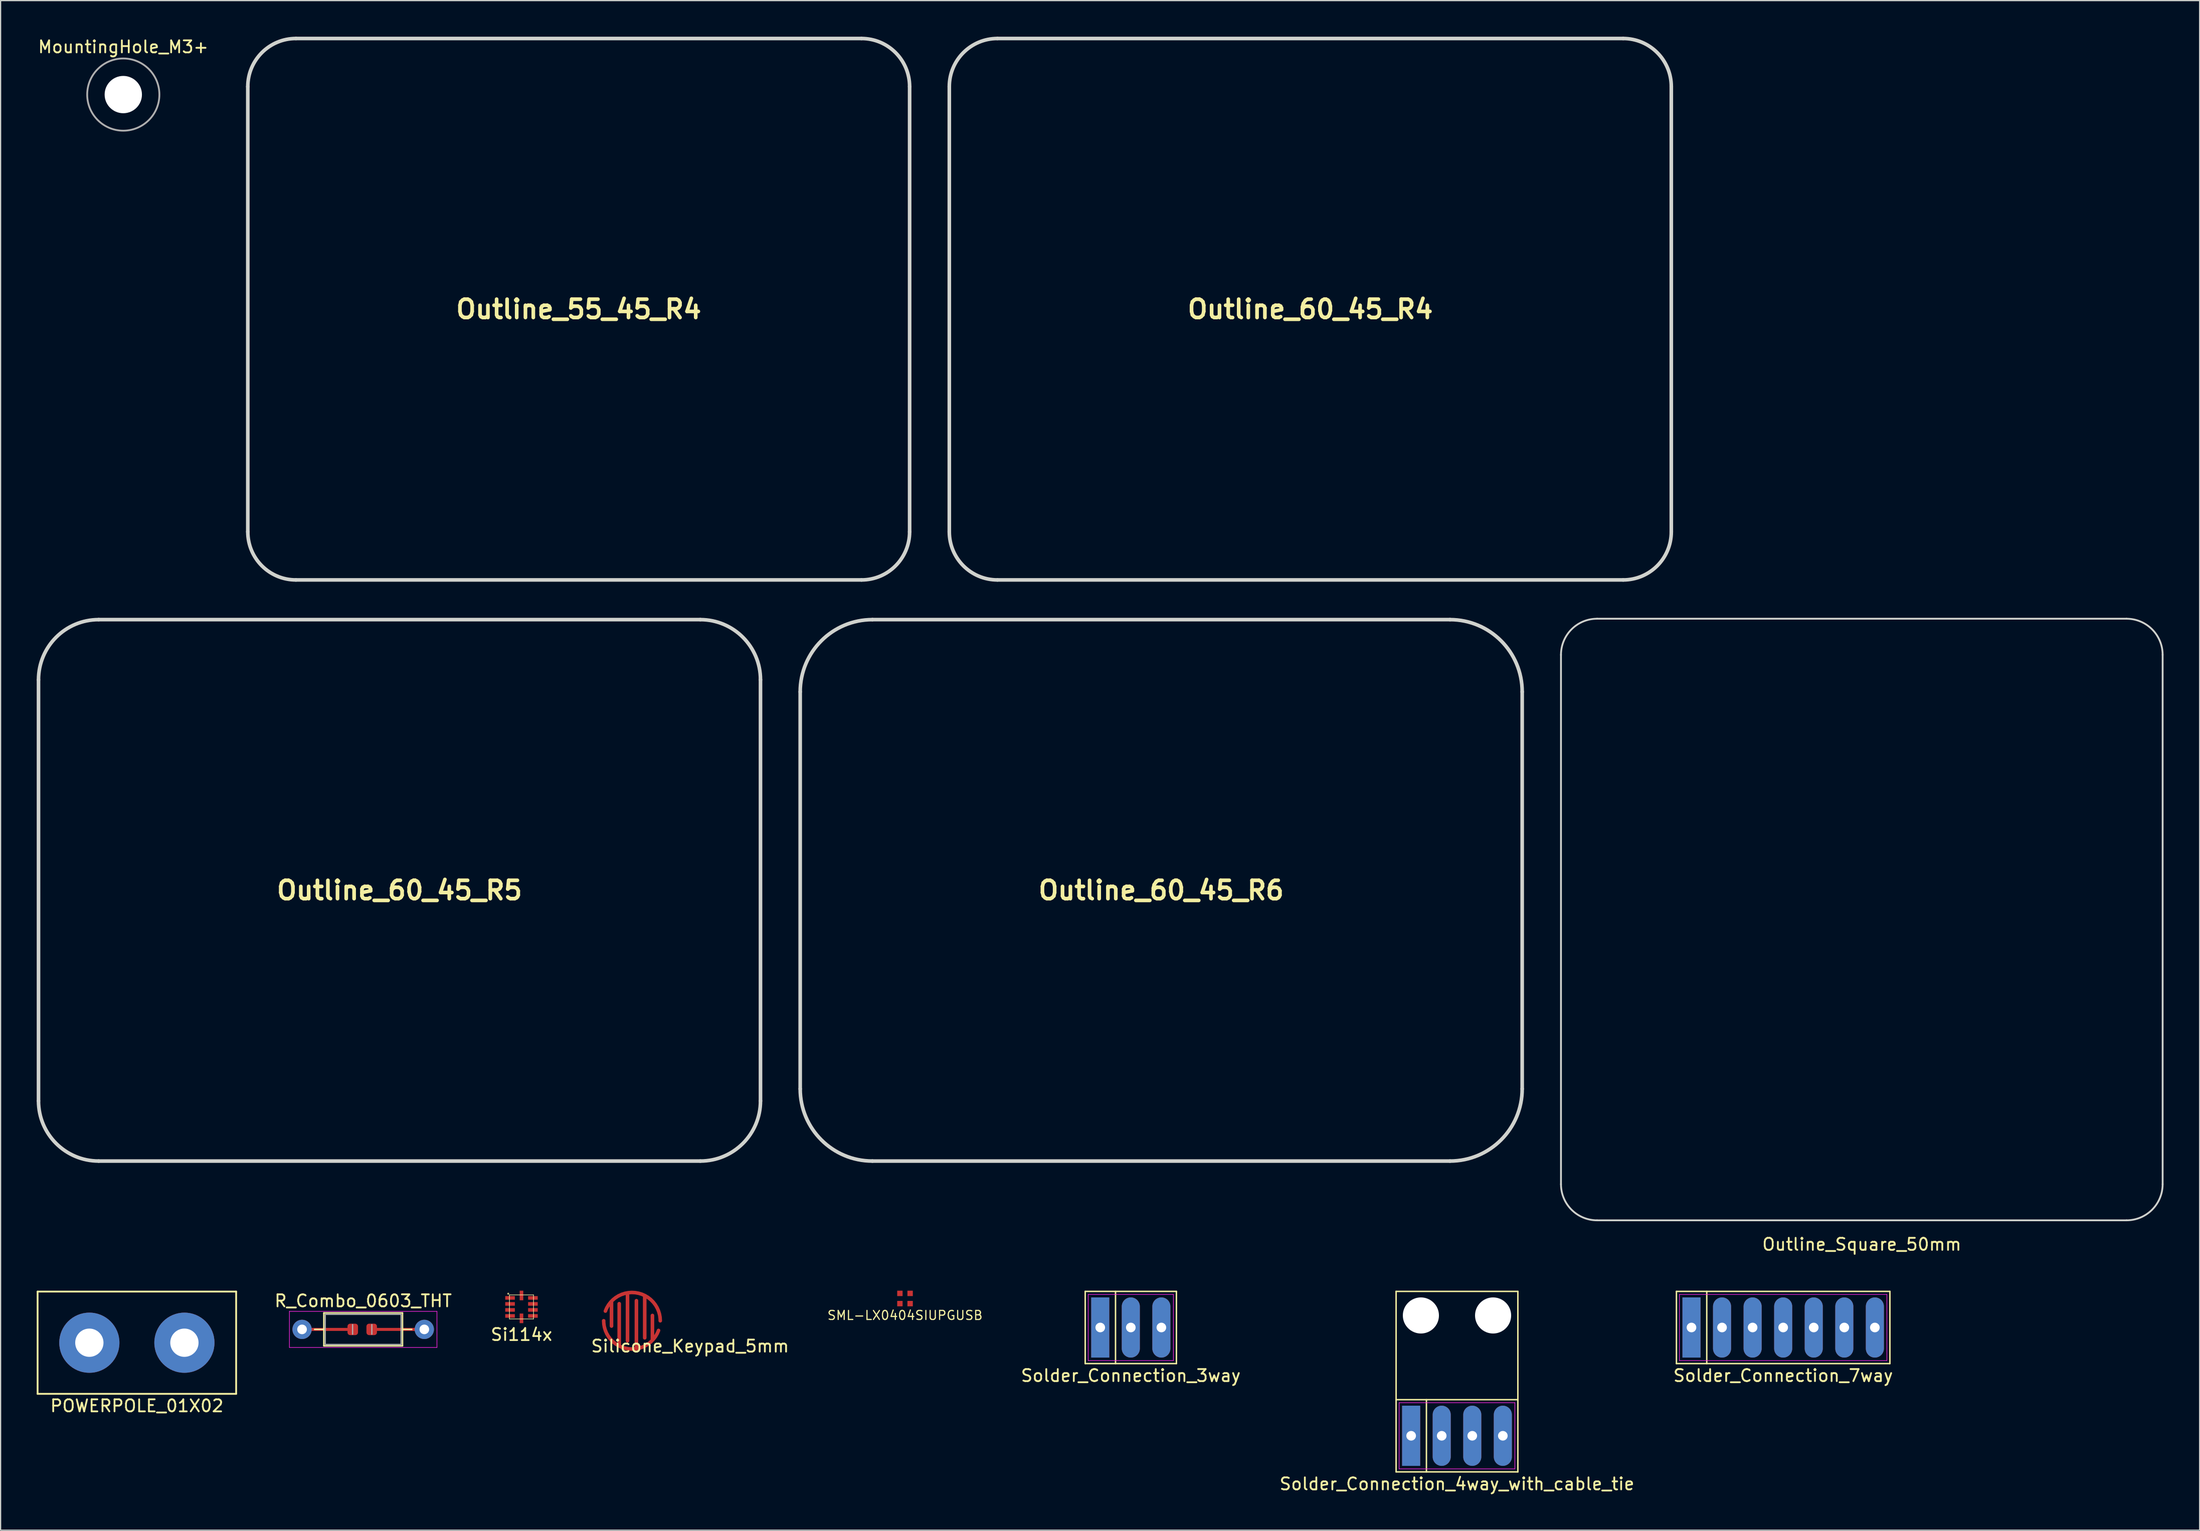
<source format=kicad_pcb>
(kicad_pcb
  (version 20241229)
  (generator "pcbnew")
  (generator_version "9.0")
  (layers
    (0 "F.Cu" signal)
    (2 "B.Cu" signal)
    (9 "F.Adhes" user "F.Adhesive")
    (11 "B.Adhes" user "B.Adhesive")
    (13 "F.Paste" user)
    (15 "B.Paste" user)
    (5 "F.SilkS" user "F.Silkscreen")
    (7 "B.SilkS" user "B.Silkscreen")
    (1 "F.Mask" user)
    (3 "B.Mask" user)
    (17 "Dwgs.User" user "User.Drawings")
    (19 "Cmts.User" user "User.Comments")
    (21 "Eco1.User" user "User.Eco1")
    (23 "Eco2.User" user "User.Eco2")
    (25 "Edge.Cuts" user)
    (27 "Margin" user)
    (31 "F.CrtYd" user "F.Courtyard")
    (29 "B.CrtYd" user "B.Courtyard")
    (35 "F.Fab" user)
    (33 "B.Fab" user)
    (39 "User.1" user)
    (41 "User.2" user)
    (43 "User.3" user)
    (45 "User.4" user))
  (footprint "Si114x"
    (layer "F.Cu")
    (at 40.287 105.573)
    (property "Reference" "Si114x" (at 0 2.3 0) (layer "F.SilkS") (effects (font (size 1 1) (thickness 0.15))))
    (attr through_hole)
    (fp_line (start -1 -1) (end 1 -1) (stroke (width 0.05) (type solid)) (layer "F.SilkS"))
    (fp_line (start -1 1) (end -1 -1) (stroke (width 0.05) (type solid)) (layer "F.SilkS"))
    (fp_line (start 1 -1) (end 1 1) (stroke (width 0.05) (type solid)) (layer "F.SilkS"))
    (fp_line (start 1 1) (end -1 1) (stroke (width 0.05) (type solid)) (layer "F.SilkS"))
    (fp_circle (center -1.1 -1.1) (end -1.1 -1.05) (stroke (width 0.05) (type solid)) (fill no) (layer "F.SilkS"))
    (pad "1" smd rect (at -0.95 -0.75 90) (size 0.3 0.8) (layers "F.Cu" "F.Mask" "F.Paste"))
    (pad "2" smd rect (at -0.95 -0.25 90) (size 0.3 0.8) (layers "F.Cu" "F.Mask" "F.Paste"))
    (pad "3" smd rect (at -0.95 0.25 90) (size 0.3 0.8) (layers "F.Cu" "F.Mask" "F.Paste"))
    (pad "4" smd rect (at -0.95 0.75 90) (size 0.3 0.8) (layers "F.Cu" "F.Mask" "F.Paste"))
    (pad "5" smd rect (at 0 0.95) (size 0.3 0.8) (layers "F.Cu" "F.Mask" "F.Paste"))
    (pad "6" smd rect (at 0.95 0.75 90) (size 0.3 0.8) (layers "F.Cu" "F.Mask" "F.Paste"))
    (pad "7" smd rect (at 0.95 0.25 90) (size 0.3 0.8) (layers "F.Cu" "F.Mask" "F.Paste"))
    (pad "8" smd rect (at 0.95 -0.25 90) (size 0.3 0.8) (layers "F.Cu" "F.Mask" "F.Paste"))
    (pad "9" smd rect (at 0.95 -0.75 90) (size 0.3 0.8) (layers "F.Cu" "F.Mask" "F.Paste"))
    (pad "10" smd rect (at 0 -0.95) (size 0.3 0.8) (layers "F.Cu" "F.Mask" "F.Paste")))
  (footprint "Silicone_Keypad_5mm"
    (layer "F.Cu")
    (at 49.469 106.723)
    (property "Reference" "Silicone_Keypad_5mm" (at 4.83 2.11 0) (layer "F.SilkS") (effects (font (size 1 1) (thickness 0.15))))
    (attr through_hole)
    (pad "" smd circle (at 0 0) (size 5 5) (layers "F.Mask"))
    (pad "1" smd custom (at 2.35 0) (size 0.3 0.3) (layers "F.Cu" "F.Mask") (options (anchor circle)) (primitives (gr_line (start -4.05 0.44) (end -4.05 -1.61) (width 0.3)) (gr_line (start -2.72 -2.31) (end -2.72 1.67) (width 0.3)) (gr_line (start -1.29 -2.08) (end -1.29 1.42) (width 0.3)) (gr_arc (start -4.558278 -0.803747) (mid -1.941927 -2.314298) (end 0 0) (width 0.3))))
    (pad "2" smd custom (at -2.35 0) (size 0.3 0.3) (layers "F.Cu" "F.Mask") (options (anchor circle)) (primitives (gr_line (start 1.29 2.08) (end 1.29 -1.42) (width 0.3)) (gr_line (start 2.72 2.31) (end 2.72 -1.67) (width 0.3)) (gr_line (start 4.05 -0.44) (end 4.05 1.61) (width 0.3)) (gr_arc (start 4.558278 0.803747) (mid 1.941927 2.314298) (end 0 0) (width 0.3)))))
  (footprint "SML-LX0404SIUPGUSB"
    (layer "F.Cu")
    (at 72.16 104.873)
    (property "Reference" "SML-LX0404SIUPGUSB" (at 0 1.4 0) (layer "F.SilkS") (effects (font (size 0.75 0.75) (thickness 0.1))))
    (attr through_hole)
    (pad "1" smd rect (at 0.425 -0.425) (size 0.45 0.45) (layers "F.Cu" "F.Mask" "F.Paste"))
    (pad "2" smd rect (at 0.425 0.425) (size 0.45 0.45) (layers "F.Cu" "F.Mask" "F.Paste"))
    (pad "3" smd rect (at -0.425 0.425) (size 0.45 0.45) (layers "F.Cu" "F.Mask" "F.Paste"))
    (pad "4" smd rect (at -0.425 -0.425) (size 0.45 0.45) (layers "F.Cu" "F.Mask" "F.Paste")))
  (footprint "POWERPOLE_01X02"
    (layer "F.Cu")
    (at 8.325 108.548)
    (property "Reference" "POWERPOLE_01X02" (at 0 5.25 0) (layer "F.SilkS") (effects (font (size 1 1) (thickness 0.15))))
    (attr through_hole)
    (fp_line (start -8.25 -4.25) (end 8.25 -4.25) (stroke (width 0.15) (type solid)) (layer "F.SilkS"))
    (fp_line (start -8.25 4.25) (end -8.25 -4.25) (stroke (width 0.15) (type solid)) (layer "F.SilkS"))
    (fp_line (start 8.25 -4.25) (end 8.25 4.25) (stroke (width 0.15) (type solid)) (layer "F.SilkS"))
    (fp_line (start 8.25 4.25) (end -8.25 4.25) (stroke (width 0.15) (type solid)) (layer "F.SilkS"))
    (pad "1" thru_hole circle (at -3.95 0) (size 5 5) (drill 2.35) (layers "*.Cu" "*.Mask"))
    (pad "2" thru_hole circle (at 3.95 0) (size 5 5) (drill 2.35) (layers "*.Cu" "*.Mask")))
  (footprint "MountingHole_M3+"
    (layer "F.Cu")
    (at 7.196 4.811)
    (property "Reference" "MountingHole_M3+" (at 0 -3.962 0) (layer "F.SilkS") (effects (font (size 1 1) (thickness 0.15))))
    (attr through_hole)
    (fp_circle (center 0 0) (end 3 0) (stroke (width 0.15) (type solid)) (fill no) (layer "F.Fab"))
    (pad "" np_thru_hole circle (at 0 0) (size 3.1 3.1) (drill 3.1) (layers "*.Cu")))
  (footprint "R_Combo_0603_THT"
    (layer "F.Cu")
    (at 27.052 107.441)
    (property "Reference" "R_Combo_0603_THT" (at 0.08 -2.37 0) (layer "F.SilkS") (effects (font (size 1 1) (thickness 0.15))))
    (attr through_hole)
    (fp_line (start -1 0) (end -5 0) (stroke (width 0.25) (type solid)) (layer "F.Cu"))
    (fp_line (start 1 0) (end 5 0) (stroke (width 0.25) (type solid)) (layer "F.Cu"))
    (fp_line (start -3.96 0) (end -3.19 0) (stroke (width 0.12) (type solid)) (layer "F.SilkS"))
    (fp_line (start -3.19 -1.37) (end -3.19 1.37) (stroke (width 0.12) (type solid)) (layer "F.SilkS"))
    (fp_line (start -3.19 1.37) (end 3.35 1.37) (stroke (width 0.12) (type solid)) (layer "F.SilkS"))
    (fp_line (start 3.35 -1.37) (end -3.19 -1.37) (stroke (width 0.12) (type solid)) (layer "F.SilkS"))
    (fp_line (start 3.35 1.37) (end 3.35 -1.37) (stroke (width 0.12) (type solid)) (layer "F.SilkS"))
    (fp_line (start 4.12 0) (end 3.35 0) (stroke (width 0.12) (type solid)) (layer "F.SilkS"))
    (fp_line (start -6.05 -1.5) (end -6.05 1.5) (stroke (width 0.05) (type solid)) (layer "F.CrtYd"))
    (fp_line (start -6.05 1.5) (end 6.21 1.5) (stroke (width 0.05) (type solid)) (layer "F.CrtYd"))
    (fp_line (start 6.21 -1.5) (end -6.05 -1.5) (stroke (width 0.05) (type solid)) (layer "F.CrtYd"))
    (fp_line (start 6.21 1.5) (end 6.21 -1.5) (stroke (width 0.05) (type solid)) (layer "F.CrtYd"))
    (fp_line (start -3.07 -1.25) (end -3.07 1.25) (stroke (width 0.1) (type solid)) (layer "F.Fab"))
    (fp_line (start -3.07 1.25) (end 3.23 1.25) (stroke (width 0.1) (type solid)) (layer "F.Fab"))
    (fp_line (start -0.8 0.4) (end -0.8 -0.4) (stroke (width 0.1) (type solid)) (layer "F.Fab"))
    (fp_line (start 0.8 -0.4) (end 0.8 0.4) (stroke (width 0.1) (type solid)) (layer "F.Fab"))
    (fp_line (start 3.23 -1.25) (end -3.07 -1.25) (stroke (width 0.1) (type solid)) (layer "F.Fab"))
    (fp_line (start 3.23 1.25) (end 3.23 -1.25) (stroke (width 0.1) (type solid)) (layer "F.Fab"))
    (pad "1" thru_hole circle (at -5 0) (size 1.6 1.6) (drill 0.8) (layers "*.Cu" "*.Mask"))
    (pad "1" smd roundrect (at -0.787 0) (size 0.875 0.95) (layers "F.Cu" "F.Mask" "F.Paste") (roundrect_rratio 0.25))
    (pad "2" smd roundrect (at 0.787 0) (size 0.875 0.95) (layers "F.Cu" "F.Mask" "F.Paste") (roundrect_rratio 0.25))
    (pad "2" thru_hole oval (at 5.16 0) (size 1.6 1.6) (drill 0.8) (layers "*.Cu" "*.Mask")))
  (footprint "Outline_55_45_R4"
    (layer "F.Cu")
    (at 45.043 22.65)
    (property "Reference" "Outline_55_45_R4" (at 0 0 0) (layer "F.SilkS") (effects (font (size 1.524 1.524) (thickness 0.305))))
    (attr through_hole)
    (fp_line (start -27.5 -18.5) (end -27.5 18.5) (stroke (width 0.3) (type solid)) (layer "Edge.Cuts"))
    (fp_line (start -23.5 22.5) (end 23.5 22.5) (stroke (width 0.3) (type solid)) (layer "Edge.Cuts"))
    (fp_line (start 23.5 -22.5) (end -23.5 -22.5) (stroke (width 0.3) (type solid)) (layer "Edge.Cuts"))
    (fp_line (start 27.5 18.5) (end 27.5 -18.5) (stroke (width 0.3) (type solid)) (layer "Edge.Cuts"))
    (fp_arc (start -27.5 -18.5) (mid -26.328427 -21.328427) (end -23.5 -22.5) (stroke (width 0.29972) (type solid)) (layer "Edge.Cuts"))
    (fp_arc (start -23.5 22.5) (mid -26.328427 21.328427) (end -27.5 18.5) (stroke (width 0.29972) (type solid)) (layer "Edge.Cuts"))
    (fp_arc (start 23.5 -22.5) (mid 26.328427 -21.328427) (end 27.5 -18.5) (stroke (width 0.29972) (type solid)) (layer "Edge.Cuts"))
    (fp_arc (start 27.5 18.5) (mid 26.328427 21.328427) (end 23.5 22.5) (stroke (width 0.29972) (type solid)) (layer "Edge.Cuts")))
  (footprint "Outline_60_45_R5"
    (layer "F.Cu")
    (at 30.15 70.95)
    (property "Reference" "Outline_60_45_R5" (at 0 0 0) (layer "F.SilkS") (effects (font (size 1.524 1.524) (thickness 0.305))))
    (attr through_hole)
    (fp_line (start -30 -17.5) (end -30 17.5) (stroke (width 0.3) (type solid)) (layer "Edge.Cuts"))
    (fp_line (start -25 22.5) (end 25 22.5) (stroke (width 0.3) (type solid)) (layer "Edge.Cuts"))
    (fp_line (start 25 -22.5) (end -25 -22.5) (stroke (width 0.3) (type solid)) (layer "Edge.Cuts"))
    (fp_line (start 30 17.5) (end 30 -17.5) (stroke (width 0.3) (type solid)) (layer "Edge.Cuts"))
    (fp_arc (start -30 -17.5) (mid -28.535534 -21.035534) (end -25 -22.5) (stroke (width 0.29972) (type solid)) (layer "Edge.Cuts"))
    (fp_arc (start -25 22.5) (mid -28.535534 21.035534) (end -30 17.5) (stroke (width 0.29972) (type solid)) (layer "Edge.Cuts"))
    (fp_arc (start 25 -22.5) (mid 28.535534 -21.035534) (end 30 -17.5) (stroke (width 0.29972) (type solid)) (layer "Edge.Cuts"))
    (fp_arc (start 30 17.5) (mid 28.535534 21.035534) (end 25 22.5) (stroke (width 0.29972) (type solid)) (layer "Edge.Cuts")))
  (footprint "Solder_Connection_3way"
    (layer "F.Cu")
    (at 90.925 107.283)
    (property "Reference" "Solder_Connection_3way" (at 0 4 0) (layer "F.SilkS") (effects (font (size 1 1) (thickness 0.15))))
    (attr through_hole)
    (fp_line (start -3.79 -3) (end 3.79 -3) (stroke (width 0.12) (type solid)) (layer "F.SilkS"))
    (fp_line (start -3.79 3) (end -3.79 -3) (stroke (width 0.12) (type solid)) (layer "F.SilkS"))
    (fp_line (start -1.27 -3) (end -1.27 3) (stroke (width 0.12) (type solid)) (layer "F.SilkS"))
    (fp_line (start 3.79 -3) (end 3.79 3) (stroke (width 0.12) (type solid)) (layer "F.SilkS"))
    (fp_line (start 3.79 3) (end -3.79 3) (stroke (width 0.12) (type solid)) (layer "F.SilkS"))
    (fp_line (start -3.54 -2.75) (end 3.54 -2.75) (stroke (width 0.05) (type solid)) (layer "F.CrtYd"))
    (fp_line (start -3.54 2.75) (end -3.54 -2.75) (stroke (width 0.05) (type solid)) (layer "F.CrtYd"))
    (fp_line (start 3.54 -2.75) (end 3.54 2.75) (stroke (width 0.05) (type solid)) (layer "F.CrtYd"))
    (fp_line (start 3.54 2.75) (end -3.54 2.75) (stroke (width 0.05) (type solid)) (layer "F.CrtYd"))
    (pad "1" thru_hole rect (at -2.54 0) (size 1.5 5) (drill 0.8) (layers "*.Cu" "*.Mask"))
    (pad "2" thru_hole oval (at 0 0) (size 1.5 5) (drill 0.8) (layers "*.Cu" "*.Mask"))
    (pad "3" thru_hole oval (at 2.54 0) (size 1.5 5) (drill 0.8) (layers "*.Cu" "*.Mask")))
  (footprint "Outline_Square_50mm"
    (layer "F.Cu")
    (at 151.674 73.375)
    (property "Reference" "Outline_Square_50mm" (at 0 27 0) (layer "F.SilkS") (effects (font (size 1 1) (thickness 0.15))))
    (attr through_hole)
    (fp_line (start -25 -22) (end -25 22) (stroke (width 0.15) (type solid)) (layer "Edge.Cuts"))
    (fp_line (start -22 -25) (end 22 -25) (stroke (width 0.15) (type solid)) (layer "Edge.Cuts"))
    (fp_line (start 22 25) (end -22 25) (stroke (width 0.15) (type solid)) (layer "Edge.Cuts"))
    (fp_line (start 25 -22) (end 25 22) (stroke (width 0.15) (type solid)) (layer "Edge.Cuts"))
    (fp_arc (start -25 -22) (mid -24.12132 -24.12132) (end -22 -25) (stroke (width 0.15) (type solid)) (layer "Edge.Cuts"))
    (fp_arc (start -22 25) (mid -24.12132 24.12132) (end -25 22) (stroke (width 0.15) (type solid)) (layer "Edge.Cuts"))
    (fp_arc (start 22 -25) (mid 24.12132 -24.12132) (end 25 -22) (stroke (width 0.15) (type solid)) (layer "Edge.Cuts"))
    (fp_arc (start 25 22) (mid 24.12132 24.12132) (end 22 25) (stroke (width 0.15) (type solid)) (layer "Edge.Cuts")))
  (footprint "Solder_Connection_7way"
    (layer "F.Cu")
    (at 145.139 107.283)
    (property "Reference" "Solder_Connection_7way" (at 0 4 0) (layer "F.SilkS") (effects (font (size 1 1) (thickness 0.15))))
    (attr through_hole)
    (fp_line (start -8.87 -3) (end 8.87 -3) (stroke (width 0.12) (type solid)) (layer "F.SilkS"))
    (fp_line (start -8.87 3) (end -8.87 -3) (stroke (width 0.12) (type solid)) (layer "F.SilkS"))
    (fp_line (start -6.35 -3) (end -6.35 3) (stroke (width 0.12) (type solid)) (layer "F.SilkS"))
    (fp_line (start 8.87 -3) (end 8.87 3) (stroke (width 0.12) (type solid)) (layer "F.SilkS"))
    (fp_line (start 8.87 3) (end -8.87 3) (stroke (width 0.12) (type solid)) (layer "F.SilkS"))
    (fp_line (start -8.62 -2.75) (end 8.62 -2.75) (stroke (width 0.05) (type solid)) (layer "F.CrtYd"))
    (fp_line (start -8.62 2.75) (end -8.62 -2.75) (stroke (width 0.05) (type solid)) (layer "F.CrtYd"))
    (fp_line (start 8.62 -2.75) (end 8.62 2.75) (stroke (width 0.05) (type solid)) (layer "F.CrtYd"))
    (fp_line (start 8.62 2.75) (end -8.62 2.75) (stroke (width 0.05) (type solid)) (layer "F.CrtYd"))
    (pad "1" thru_hole rect (at -7.62 0) (size 1.5 5) (drill 0.8) (layers "*.Cu" "*.Mask"))
    (pad "2" thru_hole oval (at -5.08 0) (size 1.5 5) (drill 0.8) (layers "*.Cu" "*.Mask"))
    (pad "3" thru_hole oval (at -2.54 0) (size 1.5 5) (drill 0.8) (layers "*.Cu" "*.Mask"))
    (pad "4" thru_hole oval (at 0 0) (size 1.5 5) (drill 0.8) (layers "*.Cu" "*.Mask"))
    (pad "5" thru_hole oval (at 2.54 0) (size 1.5 5) (drill 0.8) (layers "*.Cu" "*.Mask"))
    (pad "6" thru_hole oval (at 5.08 0) (size 1.5 5) (drill 0.8) (layers "*.Cu" "*.Mask"))
    (pad "7" thru_hole oval (at 7.62 0) (size 1.5 5) (drill 0.8) (layers "*.Cu" "*.Mask")))
  (footprint "Solder_Connection_4way_with_cable_tie"
    (layer "F.Cu")
    (at 118.032 116.283)
    (property "Reference" "Solder_Connection_4way_with_cable_tie" (at 0 4 0) (layer "F.SilkS") (effects (font (size 1 1) (thickness 0.15))))
    (attr through_hole)
    (fp_line (start -5.06 -12) (end 5.06 -12) (stroke (width 0.12) (type solid)) (layer "F.SilkS"))
    (fp_line (start -5.06 -3) (end -5.06 -12) (stroke (width 0.12) (type solid)) (layer "F.SilkS"))
    (fp_line (start -5.06 -3) (end 5.06 -3) (stroke (width 0.12) (type solid)) (layer "F.SilkS"))
    (fp_line (start -5.06 3) (end -5.06 -3) (stroke (width 0.12) (type solid)) (layer "F.SilkS"))
    (fp_line (start -2.54 -3) (end -2.54 3) (stroke (width 0.12) (type solid)) (layer "F.SilkS"))
    (fp_line (start 5.06 -12) (end 5.06 -3) (stroke (width 0.12) (type solid)) (layer "F.SilkS"))
    (fp_line (start 5.06 -3) (end 5.06 3) (stroke (width 0.12) (type solid)) (layer "F.SilkS"))
    (fp_line (start 5.06 3) (end -5.06 3) (stroke (width 0.12) (type solid)) (layer "F.SilkS"))
    (fp_line (start -4.81 -2.75) (end 4.81 -2.75) (stroke (width 0.05) (type solid)) (layer "F.CrtYd"))
    (fp_line (start -4.81 2.75) (end -4.81 -2.75) (stroke (width 0.05) (type solid)) (layer "F.CrtYd"))
    (fp_line (start 4.81 -2.75) (end 4.81 2.75) (stroke (width 0.05) (type solid)) (layer "F.CrtYd"))
    (fp_line (start 4.81 2.75) (end -4.81 2.75) (stroke (width 0.05) (type solid)) (layer "F.CrtYd"))
    (pad "" np_thru_hole circle (at -3 -10) (size 3 3) (drill 3) (layers "*.Cu" "*.Mask"))
    (pad "" np_thru_hole circle (at 3 -10) (size 3 3) (drill 3) (layers "*.Cu" "*.Mask"))
    (pad "1" thru_hole rect (at -3.81 0) (size 1.5 5) (drill 0.8) (layers "*.Cu" "*.Mask"))
    (pad "2" thru_hole oval (at -1.27 0) (size 1.5 5) (drill 0.8) (layers "*.Cu" "*.Mask"))
    (pad "3" thru_hole oval (at 1.27 0) (size 1.5 5) (drill 0.8) (layers "*.Cu" "*.Mask"))
    (pad "4" thru_hole oval (at 3.81 0) (size 1.5 5) (drill 0.8) (layers "*.Cu" "*.Mask")))
  (footprint "Outline_60_45_R4"
    (layer "F.Cu")
    (at 105.842 22.65)
    (property "Reference" "Outline_60_45_R4" (at 0 0 0) (layer "F.SilkS") (effects (font (size 1.524 1.524) (thickness 0.305))))
    (attr through_hole)
    (fp_line (start -30 -18.5) (end -30 18.5) (stroke (width 0.3) (type solid)) (layer "Edge.Cuts"))
    (fp_line (start -26 22.5) (end 26 22.5) (stroke (width 0.3) (type solid)) (layer "Edge.Cuts"))
    (fp_line (start 26 -22.5) (end -26 -22.5) (stroke (width 0.3) (type solid)) (layer "Edge.Cuts"))
    (fp_line (start 30 18.5) (end 30 -18.5) (stroke (width 0.3) (type solid)) (layer "Edge.Cuts"))
    (fp_arc (start -30 -18.5) (mid -28.828427 -21.328427) (end -26 -22.5) (stroke (width 0.29972) (type solid)) (layer "Edge.Cuts"))
    (fp_arc (start -26 22.5) (mid -28.828427 21.328427) (end -30 18.5) (stroke (width 0.29972) (type solid)) (layer "Edge.Cuts"))
    (fp_arc (start 26 -22.5) (mid 28.828427 -21.328427) (end 30 -18.5) (stroke (width 0.29972) (type solid)) (layer "Edge.Cuts"))
    (fp_arc (start 30 18.5) (mid 28.828427 21.328427) (end 26 22.5) (stroke (width 0.29972) (type solid)) (layer "Edge.Cuts")))
  (footprint "Outline_60_45_R6"
    (layer "F.Cu")
    (at 93.45 70.95)
    (property "Reference" "Outline_60_45_R6" (at 0 0 0) (layer "F.SilkS") (effects (font (size 1.524 1.524) (thickness 0.305))))
    (attr through_hole)
    (fp_line (start -30 -16.5) (end -30 16.5) (stroke (width 0.3) (type solid)) (layer "Edge.Cuts"))
    (fp_line (start -24 22.5) (end 24 22.5) (stroke (width 0.3) (type solid)) (layer "Edge.Cuts"))
    (fp_line (start 24 -22.5) (end -24 -22.5) (stroke (width 0.3) (type solid)) (layer "Edge.Cuts"))
    (fp_line (start 30 16.5) (end 30 -16.5) (stroke (width 0.3) (type solid)) (layer "Edge.Cuts"))
    (fp_arc (start -30 -16.5) (mid -28.242641 -20.742641) (end -24 -22.5) (stroke (width 0.29972) (type solid)) (layer "Edge.Cuts"))
    (fp_arc (start -24 22.5) (mid -28.242641 20.742641) (end -30 16.5) (stroke (width 0.29972) (type solid)) (layer "Edge.Cuts"))
    (fp_arc (start 24 -22.5) (mid 28.242641 -20.742641) (end 30 -16.5) (stroke (width 0.29972) (type solid)) (layer "Edge.Cuts"))
    (fp_arc (start 30 16.5) (mid 28.242641 20.742641) (end 24 22.5) (stroke (width 0.29972) (type solid)) (layer "Edge.Cuts")))
  (gr_rect
    (start -3 -3)
    (end 179.749 124.131)
    (stroke (width 0.1) (type default))
    (fill no)
    (layer "Edge.Cuts")))
</source>
